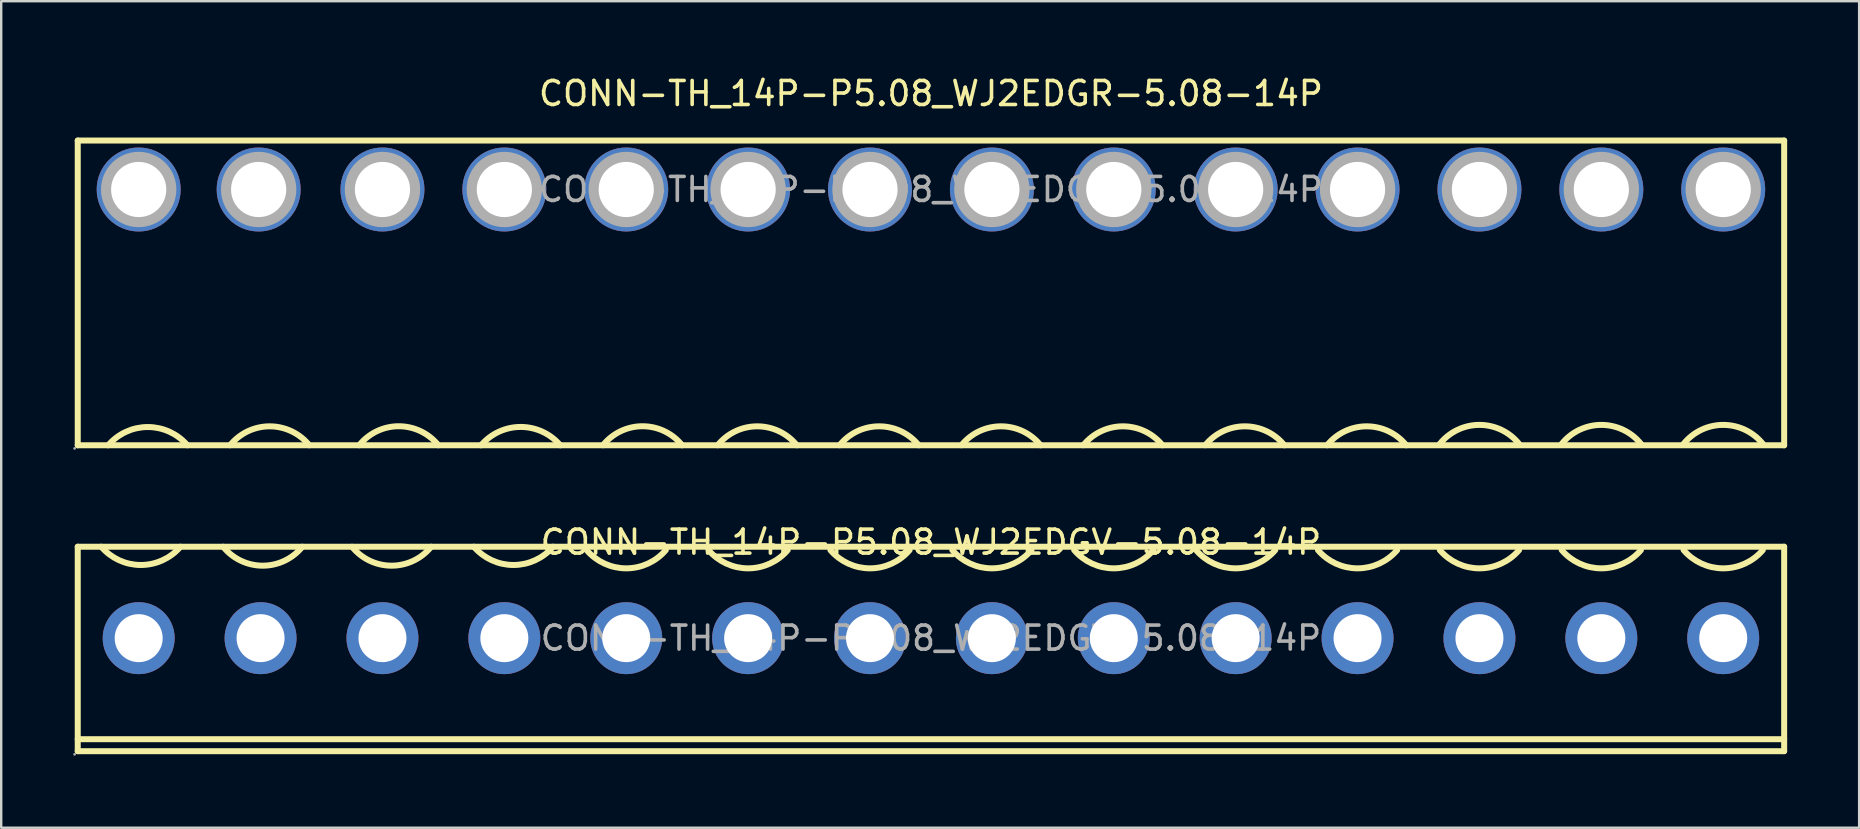
<source format=kicad_pcb>
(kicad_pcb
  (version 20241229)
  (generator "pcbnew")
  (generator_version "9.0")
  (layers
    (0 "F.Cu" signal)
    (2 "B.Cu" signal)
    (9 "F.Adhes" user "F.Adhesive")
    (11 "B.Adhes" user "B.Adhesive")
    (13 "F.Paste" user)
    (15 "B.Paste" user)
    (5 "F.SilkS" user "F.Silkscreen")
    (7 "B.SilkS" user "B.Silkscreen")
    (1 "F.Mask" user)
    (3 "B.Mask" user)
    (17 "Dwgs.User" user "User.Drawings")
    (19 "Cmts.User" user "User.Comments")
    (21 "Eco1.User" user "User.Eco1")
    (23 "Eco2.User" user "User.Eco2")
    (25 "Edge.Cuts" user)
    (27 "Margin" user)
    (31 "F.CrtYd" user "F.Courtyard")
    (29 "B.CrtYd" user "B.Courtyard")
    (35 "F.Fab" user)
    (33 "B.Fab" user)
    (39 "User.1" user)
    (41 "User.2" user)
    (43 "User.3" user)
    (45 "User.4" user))
  (footprint "CONN-TH_14P-P5.08_WJ2EDGV-5.08-14P"
    (layer "F.Cu")
    (at 35.75 23.547)
    (property "Reference" "CONN-TH_14P-P5.08_WJ2EDGV-5.08-14P" (at 0 -4 0) (layer "F.SilkS") (effects (font (size 1 1) (thickness 0.15))))
    (attr through_hole)
    (fp_line (start -35.56 -3.81) (end 35.56 -3.81) (stroke (width 0.25) (type solid)) (layer "F.SilkS"))
    (fp_line (start -35.56 4.71) (end -35.56 -3.81) (stroke (width 0.25) (type solid)) (layer "F.SilkS"))
    (fp_line (start -35.56 4.71) (end 35.56 4.71) (stroke (width 0.25) (type solid)) (layer "F.SilkS"))
    (fp_line (start 35.56 4.21) (end -35.56 4.21) (stroke (width 0.25) (type solid)) (layer "F.SilkS"))
    (fp_line (start 35.56 4.71) (end 35.56 -3.81) (stroke (width 0.25) (type solid)) (layer "F.SilkS"))
    (fp_arc (start -31.28 -3.81) (mid -32.930394 -3.049608) (end -34.580511 -3.810599) (stroke (width 0.25) (type solid)) (layer "F.SilkS"))
    (fp_arc (start -26.2 -3.81) (mid -27.849109 -3.020708) (end -29.498881 -3.808614) (stroke (width 0.25) (type solid)) (layer "F.SilkS"))
    (fp_arc (start -20.83 -3.81) (mid -22.479109 -3.020708) (end -24.128881 -3.808614) (stroke (width 0.25) (type solid)) (layer "F.SilkS"))
    (fp_arc (start -15.75 -3.81) (mid -17.400394 -3.049608) (end -19.050511 -3.810599) (stroke (width 0.25) (type solid)) (layer "F.SilkS"))
    (fp_arc (start -11.05 -3.67) (mid -12.700394 -2.909608) (end -14.350511 -3.670599) (stroke (width 0.25) (type solid)) (layer "F.SilkS"))
    (fp_arc (start -5.97 -3.67) (mid -7.620394 -2.909608) (end -9.270511 -3.670599) (stroke (width 0.25) (type solid)) (layer "F.SilkS"))
    (fp_arc (start -0.89 -3.67) (mid -2.540394 -2.909608) (end -4.190511 -3.670599) (stroke (width 0.25) (type solid)) (layer "F.SilkS"))
    (fp_arc (start 4.19 -3.67) (mid 2.539606 -2.909608) (end 0.889489 -3.670599) (stroke (width 0.25) (type solid)) (layer "F.SilkS"))
    (fp_arc (start 9.27 -3.67) (mid 7.619606 -2.909608) (end 5.969489 -3.670599) (stroke (width 0.25) (type solid)) (layer "F.SilkS"))
    (fp_arc (start 14.35 -3.67) (mid 12.699606 -2.909608) (end 11.049489 -3.670599) (stroke (width 0.25) (type solid)) (layer "F.SilkS"))
    (fp_arc (start 19.43 -3.67) (mid 17.779606 -2.909608) (end 16.129489 -3.670599) (stroke (width 0.25) (type solid)) (layer "F.SilkS"))
    (fp_arc (start 24.51 -3.67) (mid 22.859606 -2.909608) (end 21.209489 -3.670599) (stroke (width 0.25) (type solid)) (layer "F.SilkS"))
    (fp_arc (start 29.59 -3.67) (mid 27.939606 -2.909608) (end 26.289489 -3.670599) (stroke (width 0.25) (type solid)) (layer "F.SilkS"))
    (fp_arc (start 34.67 -3.67) (mid 33.019606 -2.909608) (end 31.369489 -3.670599) (stroke (width 0.25) (type solid)) (layer "F.SilkS"))
    (fp_circle (center -35.69 4.84) (end -35.66 4.84) (stroke (width 0.06) (type solid)) (fill no) (layer "F.Fab"))
    (fp_circle (center -33.02 0) (end -32.57 0) (stroke (width 0.9) (type solid)) (fill no) (layer "F.Fab"))
    (fp_circle (center -27.94 0) (end -27.49 0) (stroke (width 0.9) (type solid)) (fill no) (layer "F.Fab"))
    (fp_circle (center -22.86 0) (end -22.41 0) (stroke (width 0.9) (type solid)) (fill no) (layer "F.Fab"))
    (fp_circle (center -17.78 0) (end -17.33 0) (stroke (width 0.9) (type solid)) (fill no) (layer "F.Fab"))
    (fp_circle (center -12.7 0) (end -12.25 0) (stroke (width 0.9) (type solid)) (fill no) (layer "F.Fab"))
    (fp_circle (center -7.62 0) (end -7.17 0) (stroke (width 0.9) (type solid)) (fill no) (layer "F.Fab"))
    (fp_circle (center -2.54 0) (end -2.09 0) (stroke (width 0.9) (type solid)) (fill no) (layer "F.Fab"))
    (fp_circle (center 2.54 0) (end 2.99 0) (stroke (width 0.9) (type solid)) (fill no) (layer "F.Fab"))
    (fp_circle (center 7.62 0) (end 8.07 0) (stroke (width 0.9) (type solid)) (fill no) (layer "F.Fab"))
    (fp_circle (center 12.7 0) (end 13.15 0) (stroke (width 0.9) (type solid)) (fill no) (layer "F.Fab"))
    (fp_circle (center 17.78 0) (end 18.23 0) (stroke (width 0.9) (type solid)) (fill no) (layer "F.Fab"))
    (fp_circle (center 22.86 0) (end 23.31 0) (stroke (width 0.9) (type solid)) (fill no) (layer "F.Fab"))
    (fp_circle (center 27.94 0) (end 28.39 0) (stroke (width 0.9) (type solid)) (fill no) (layer "F.Fab"))
    (fp_circle (center 33.02 0) (end 33.47 0) (stroke (width 0.9) (type solid)) (fill no) (layer "F.Fab"))
    (fp_text user "${REFERENCE}" (at 0 0 0) (layer "F.Fab") (effects (font (size 1 1) (thickness 0.15))))
    (pad "1" thru_hole circle (at -33.02 0) (size 3 3) (drill 2) (layers "*.Cu" "*.Paste" "*.Mask"))
    (pad "2" thru_hole circle (at -27.94 0) (size 3 3) (drill 2) (layers "*.Cu" "*.Paste" "*.Mask"))
    (pad "3" thru_hole circle (at -22.86 0) (size 3 3) (drill 2) (layers "*.Cu" "*.Paste" "*.Mask"))
    (pad "4" thru_hole circle (at -17.78 0) (size 3 3) (drill 2) (layers "*.Cu" "*.Paste" "*.Mask"))
    (pad "5" thru_hole circle (at -12.7 0) (size 3 3) (drill 2) (layers "*.Cu" "*.Paste" "*.Mask"))
    (pad "6" thru_hole circle (at -7.62 0) (size 3 3) (drill 2) (layers "*.Cu" "*.Paste" "*.Mask"))
    (pad "7" thru_hole circle (at -2.54 0) (size 3 3) (drill 2) (layers "*.Cu" "*.Paste" "*.Mask"))
    (pad "8" thru_hole circle (at 2.54 0) (size 3 3) (drill 2) (layers "*.Cu" "*.Paste" "*.Mask"))
    (pad "9" thru_hole circle (at 7.62 0) (size 3 3) (drill 2) (layers "*.Cu" "*.Paste" "*.Mask"))
    (pad "10" thru_hole circle (at 12.7 0) (size 3 3) (drill 2) (layers "*.Cu" "*.Paste" "*.Mask"))
    (pad "11" thru_hole circle (at 17.78 0) (size 3 3) (drill 2) (layers "*.Cu" "*.Paste" "*.Mask"))
    (pad "12" thru_hole circle (at 22.86 0) (size 3 3) (drill 2) (layers "*.Cu" "*.Paste" "*.Mask"))
    (pad "13" thru_hole circle (at 27.94 0) (size 3 3) (drill 2) (layers "*.Cu" "*.Paste" "*.Mask"))
    (pad "14" thru_hole circle (at 33.02 0) (size 3 3) (drill 2) (layers "*.Cu" "*.Paste" "*.Mask")))
  (footprint "CONN-TH_14P-P5.08_WJ2EDGR-5.08-14P"
    (layer "F.Cu")
    (at 35.75 4.848)
    (property "Reference" "CONN-TH_14P-P5.08_WJ2EDGR-5.08-14P" (at 0 -4 0) (layer "F.SilkS") (effects (font (size 1 1) (thickness 0.15))))
    (attr through_hole)
    (fp_line (start -35.56 -2.04) (end -35.56 10.66) (stroke (width 0.25) (type solid)) (layer "F.SilkS"))
    (fp_line (start -35.56 -2.04) (end 35.56 -2.04) (stroke (width 0.25) (type solid)) (layer "F.SilkS"))
    (fp_line (start -35.56 10.66) (end 35.56 10.66) (stroke (width 0.25) (type solid)) (layer "F.SilkS"))
    (fp_line (start 35.56 -2.04) (end 35.56 10.66) (stroke (width 0.25) (type solid)) (layer "F.SilkS"))
    (fp_arc (start -34.290511 10.660599) (mid -32.640394 9.899609) (end -30.99 10.66) (stroke (width 0.25) (type solid)) (layer "F.SilkS"))
    (fp_arc (start -29.208881 10.658614) (mid -27.559109 9.870709) (end -25.91 10.66) (stroke (width 0.25) (type solid)) (layer "F.SilkS"))
    (fp_arc (start -23.829069 10.658837) (mid -22.179255 9.866969) (end -20.53 10.66) (stroke (width 0.25) (type solid)) (layer "F.SilkS"))
    (fp_arc (start -18.750689 10.660812) (mid -17.100532 9.896091) (end -15.45 10.66) (stroke (width 0.25) (type solid)) (layer "F.SilkS"))
    (fp_arc (start -13.669069 10.658837) (mid -12.019255 9.866969) (end -10.37 10.66) (stroke (width 0.25) (type solid)) (layer "F.SilkS"))
    (fp_arc (start -8.888881 10.658614) (mid -7.239109 9.870709) (end -5.59 10.66) (stroke (width 0.25) (type solid)) (layer "F.SilkS"))
    (fp_arc (start -3.808881 10.658614) (mid -2.159109 9.870709) (end -0.51 10.66) (stroke (width 0.25) (type solid)) (layer "F.SilkS"))
    (fp_arc (start 1.271119 10.658614) (mid 2.920891 9.870709) (end 4.57 10.66) (stroke (width 0.25) (type solid)) (layer "F.SilkS"))
    (fp_arc (start 6.351119 10.658614) (mid 8.000891 9.870709) (end 9.65 10.66) (stroke (width 0.25) (type solid)) (layer "F.SilkS"))
    (fp_arc (start 11.431119 10.658614) (mid 13.080891 9.870709) (end 14.73 10.66) (stroke (width 0.25) (type solid)) (layer "F.SilkS"))
    (fp_arc (start 16.511119 10.658614) (mid 18.160891 9.870709) (end 19.81 10.66) (stroke (width 0.25) (type solid)) (layer "F.SilkS"))
    (fp_arc (start 21.211119 10.598614) (mid 22.860891 9.810709) (end 24.51 10.6) (stroke (width 0.25) (type solid)) (layer "F.SilkS"))
    (fp_arc (start 26.291119 10.598614) (mid 27.940891 9.810709) (end 29.59 10.6) (stroke (width 0.25) (type solid)) (layer "F.SilkS"))
    (fp_arc (start 31.371119 10.598614) (mid 33.020891 9.810709) (end 34.67 10.6) (stroke (width 0.25) (type solid)) (layer "F.SilkS"))
    (fp_circle (center -35.69 10.79) (end -35.66 10.79) (stroke (width 0.06) (type solid)) (fill no) (layer "F.Fab"))
    (fp_circle (center -33.02 0) (end -32.5 0) (stroke (width 1.05) (type solid)) (fill no) (layer "F.Fab"))
    (fp_circle (center -28.02 0) (end -27.5 0) (stroke (width 1.05) (type solid)) (fill no) (layer "F.Fab"))
    (fp_circle (center -22.86 0) (end -22.34 0) (stroke (width 1.05) (type solid)) (fill no) (layer "F.Fab"))
    (fp_circle (center -17.78 0) (end -17.26 0) (stroke (width 1.05) (type solid)) (fill no) (layer "F.Fab"))
    (fp_circle (center -12.7 0) (end -12.18 0) (stroke (width 1.05) (type solid)) (fill no) (layer "F.Fab"))
    (fp_circle (center -7.62 0) (end -7.1 0) (stroke (width 1.05) (type solid)) (fill no) (layer "F.Fab"))
    (fp_circle (center -2.54 0) (end -2.02 0) (stroke (width 1.05) (type solid)) (fill no) (layer "F.Fab"))
    (fp_circle (center 2.54 0) (end 3.06 0) (stroke (width 1.05) (type solid)) (fill no) (layer "F.Fab"))
    (fp_circle (center 7.62 0) (end 8.14 0) (stroke (width 1.05) (type solid)) (fill no) (layer "F.Fab"))
    (fp_circle (center 12.7 0) (end 13.22 0) (stroke (width 1.05) (type solid)) (fill no) (layer "F.Fab"))
    (fp_circle (center 17.78 0) (end 18.3 0) (stroke (width 1.05) (type solid)) (fill no) (layer "F.Fab"))
    (fp_circle (center 22.86 0) (end 23.38 0) (stroke (width 1.05) (type solid)) (fill no) (layer "F.Fab"))
    (fp_circle (center 27.94 0) (end 28.46 0) (stroke (width 1.05) (type solid)) (fill no) (layer "F.Fab"))
    (fp_circle (center 33.02 0) (end 33.54 0) (stroke (width 1.05) (type solid)) (fill no) (layer "F.Fab"))
    (fp_text user "${REFERENCE}" (at 0 0 0) (layer "F.Fab") (effects (font (size 1 1) (thickness 0.15))))
    (pad "1" thru_hole circle (at -33.02 0) (size 3.5 3.5) (drill 2.3) (layers "*.Cu" "*.Paste" "*.Mask"))
    (pad "2" thru_hole circle (at -28.02 0) (size 3.5 3.5) (drill 2.3) (layers "*.Cu" "*.Paste" "*.Mask"))
    (pad "3" thru_hole circle (at -22.86 0) (size 3.5 3.5) (drill 2.3) (layers "*.Cu" "*.Paste" "*.Mask"))
    (pad "4" thru_hole circle (at -17.78 0) (size 3.5 3.5) (drill 2.3) (layers "*.Cu" "*.Paste" "*.Mask"))
    (pad "5" thru_hole circle (at -12.7 0) (size 3.5 3.5) (drill 2.3) (layers "*.Cu" "*.Paste" "*.Mask"))
    (pad "6" thru_hole circle (at -7.62 0) (size 3.5 3.5) (drill 2.3) (layers "*.Cu" "*.Paste" "*.Mask"))
    (pad "7" thru_hole circle (at -2.54 0) (size 3.5 3.5) (drill 2.3) (layers "*.Cu" "*.Paste" "*.Mask"))
    (pad "8" thru_hole circle (at 2.54 0) (size 3.5 3.5) (drill 2.3) (layers "*.Cu" "*.Paste" "*.Mask"))
    (pad "9" thru_hole circle (at 7.62 0) (size 3.5 3.5) (drill 2.3) (layers "*.Cu" "*.Paste" "*.Mask"))
    (pad "10" thru_hole circle (at 12.7 0) (size 3.5 3.5) (drill 2.3) (layers "*.Cu" "*.Paste" "*.Mask"))
    (pad "11" thru_hole circle (at 17.78 0) (size 3.5 3.5) (drill 2.3) (layers "*.Cu" "*.Paste" "*.Mask"))
    (pad "12" thru_hole circle (at 22.86 0) (size 3.5 3.5) (drill 2.3) (layers "*.Cu" "*.Paste" "*.Mask"))
    (pad "13" thru_hole circle (at 27.94 0) (size 3.5 3.5) (drill 2.3) (layers "*.Cu" "*.Paste" "*.Mask"))
    (pad "14" thru_hole circle (at 33.02 0) (size 3.5 3.5) (drill 2.3) (layers "*.Cu" "*.Paste" "*.Mask")))
  (gr_rect
    (start -3 -3)
    (end 74.435 31.447)
    (stroke (width 0.1) (type default))
    (fill no)
    (layer "Edge.Cuts")))
</source>
